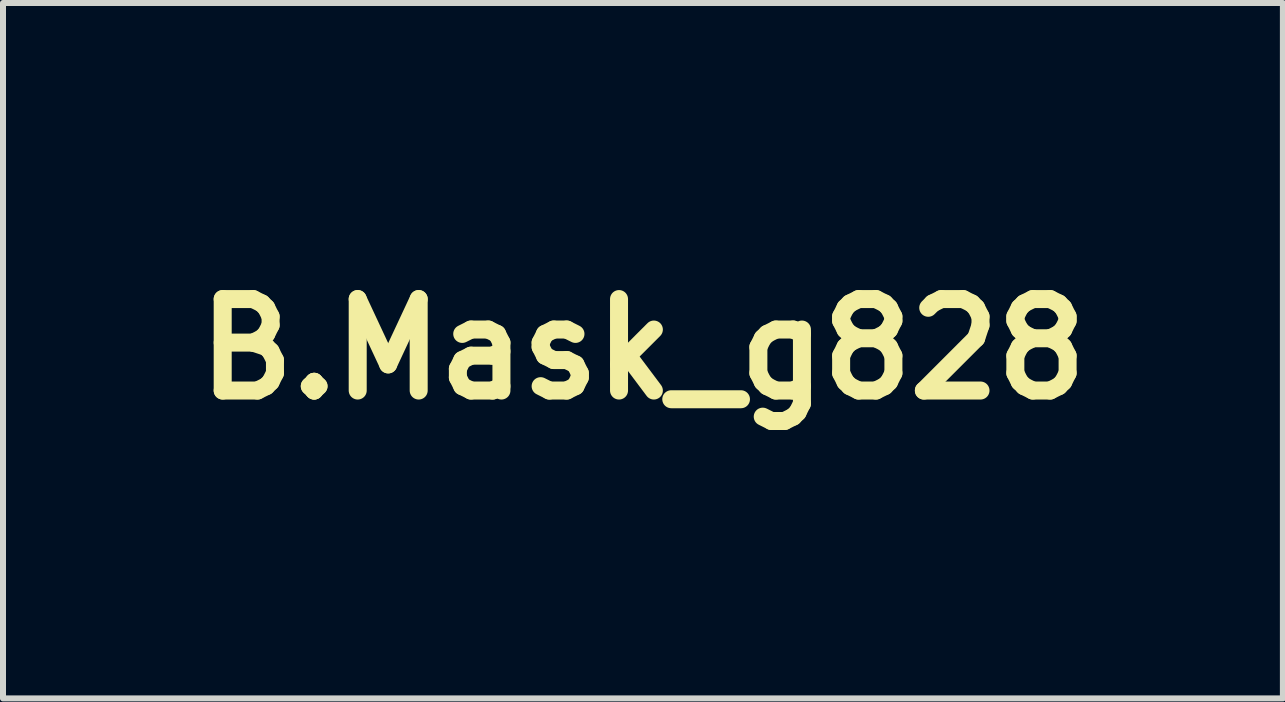
<source format=kicad_pcb>
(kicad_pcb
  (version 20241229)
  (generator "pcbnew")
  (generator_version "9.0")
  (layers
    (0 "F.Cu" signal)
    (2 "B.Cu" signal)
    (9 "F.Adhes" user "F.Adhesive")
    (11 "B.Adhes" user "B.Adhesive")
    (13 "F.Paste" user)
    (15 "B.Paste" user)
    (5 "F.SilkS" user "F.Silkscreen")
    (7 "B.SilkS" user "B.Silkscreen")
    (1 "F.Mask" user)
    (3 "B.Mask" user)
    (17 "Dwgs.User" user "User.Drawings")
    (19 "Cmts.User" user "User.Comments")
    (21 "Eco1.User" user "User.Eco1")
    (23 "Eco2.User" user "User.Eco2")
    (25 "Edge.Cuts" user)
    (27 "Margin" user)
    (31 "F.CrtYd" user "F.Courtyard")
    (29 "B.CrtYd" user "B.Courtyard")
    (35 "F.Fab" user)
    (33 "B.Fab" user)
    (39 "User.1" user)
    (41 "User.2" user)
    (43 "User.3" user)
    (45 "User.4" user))
  (footprint "B.Mask_g828"
    (layer "F.Cu")
    (at 7.664 2.768)
    (property "Reference" "B.Mask_g828" (at 0 0 0) (layer "F.SilkS") (effects (font (size 1.524 1.524) (thickness 0.3))))
    (attr through_hole)
    (fp_poly (pts (xy 2.006 -1.456) (xy 2.033 -1.439) (xy 2.042 -1.419) (xy 2.049 -1.352) (xy 2.022 -1.308) (xy 1.963 -1.291) (xy 1.956 -1.291) (xy 1.899 -1.3) (xy 1.871 -1.321) (xy 1.864 -1.366) (xy 1.866 -1.401) (xy 1.88 -1.435) (xy 1.915 -1.452) (xy 1.951 -1.456) (xy 2.006 -1.456)) (stroke (width 0.01) (type solid)) (fill yes) (layer "B.Mask"))
    (fp_poly (pts (xy 2.016 -1.189) (xy 2.037 -1.154) (xy 2.049 -1.09) (xy 2.053 -0.994) (xy 2.053 -0.941) (xy 2.052 -0.846) (xy 2.049 -0.765) (xy 2.044 -0.708) (xy 2.04 -0.69) (xy 2.012 -0.667) (xy 1.964 -0.657) (xy 1.912 -0.66) (xy 1.877 -0.676) (xy 1.872 -0.684) (xy 1.868 -0.715) (xy 1.866 -0.779) (xy 1.866 -0.866) (xy 1.867 -0.954) (xy 1.873 -1.196) (xy 1.933 -1.203) (xy 1.982 -1.204) (xy 2.016 -1.189)) (stroke (width 0.01) (type solid)) (fill yes) (layer "B.Mask"))
    (fp_poly (pts (xy 3.207 -1.344) (xy 3.205 -1.309) (xy 3.193 -1.29) (xy 3.162 -1.28) (xy 3.101 -1.276) (xy 3.074 -1.274) (xy 2.942 -1.268) (xy 2.942 -0.996) (xy 2.941 -0.89) (xy 2.939 -0.798) (xy 2.935 -0.729) (xy 2.93 -0.691) (xy 2.929 -0.69) (xy 2.902 -0.668) (xy 2.852 -0.656) (xy 2.8 -0.657) (xy 2.766 -0.67) (xy 2.761 -0.696) (xy 2.756 -0.755) (xy 2.753 -0.84) (xy 2.752 -0.944) (xy 2.752 -0.976) (xy 2.752 -1.268) (xy 2.619 -1.274) (xy 2.547 -1.279) (xy 2.508 -1.286) (xy 2.491 -1.302) (xy 2.487 -1.332) (xy 2.487 -1.344) (xy 2.487 -1.408) (xy 3.207 -1.408) (xy 3.207 -1.344)) (stroke (width 0.01) (type solid)) (fill yes) (layer "B.Mask"))
    (fp_poly (pts (xy 1.099 -1.21) (xy 1.122 -1.2) (xy 1.163 -1.169) (xy 1.181 -1.14) (xy 1.173 -1.109) (xy 1.147 -1.051) (xy 1.108 -0.976) (xy 1.077 -0.923) (xy 1.027 -0.837) (xy 0.996 -0.776) (xy 0.983 -0.726) (xy 0.988 -0.675) (xy 1.009 -0.611) (xy 1.041 -0.533) (xy 1.057 -0.484) (xy 1.053 -0.455) (xy 1.028 -0.432) (xy 0.984 -0.406) (xy 0.947 -0.403) (xy 0.913 -0.427) (xy 0.876 -0.481) (xy 0.83 -0.571) (xy 0.818 -0.598) (xy 0.742 -0.764) (xy 0.683 -0.895) (xy 0.641 -0.997) (xy 0.615 -1.072) (xy 0.603 -1.126) (xy 0.604 -1.161) (xy 0.619 -1.183) (xy 0.645 -1.196) (xy 0.683 -1.202) (xy 0.686 -1.203) (xy 0.718 -1.203) (xy 0.743 -1.187) (xy 0.768 -1.149) (xy 0.8 -1.081) (xy 0.831 -1.016) (xy 0.856 -0.97) (xy 0.871 -0.953) (xy 0.889 -0.969) (xy 0.919 -1.013) (xy 0.951 -1.066) (xy 0.999 -1.146) (xy 1.035 -1.193) (xy 1.066 -1.212) (xy 1.099 -1.21)) (stroke (width 0.01) (type solid)) (fill yes) (layer "B.Mask"))
    (fp_poly (pts (xy 1.726 -1.197) (xy 1.753 -1.181) (xy 1.763 -1.15) (xy 1.771 -1.088) (xy 1.776 -1.005) (xy 1.778 -0.914) (xy 1.777 -0.824) (xy 1.773 -0.748) (xy 1.765 -0.695) (xy 1.76 -0.681) (xy 1.725 -0.662) (xy 1.67 -0.66) (xy 1.598 -0.667) (xy 1.592 -0.814) (xy 1.584 -0.911) (xy 1.568 -0.972) (xy 1.541 -1.005) (xy 1.5 -1.016) (xy 1.491 -1.016) (xy 1.453 -1.01) (xy 1.428 -0.988) (xy 1.411 -0.942) (xy 1.401 -0.864) (xy 1.397 -0.815) (xy 1.391 -0.738) (xy 1.383 -0.693) (xy 1.368 -0.671) (xy 1.342 -0.663) (xy 1.322 -0.66) (xy 1.272 -0.66) (xy 1.243 -0.669) (xy 1.232 -0.702) (xy 1.227 -0.764) (xy 1.227 -0.844) (xy 1.232 -0.929) (xy 1.241 -1.006) (xy 1.253 -1.064) (xy 1.26 -1.08) (xy 1.315 -1.149) (xy 1.389 -1.191) (xy 1.471 -1.203) (xy 1.548 -1.18) (xy 1.548 -1.18) (xy 1.584 -1.164) (xy 1.601 -1.176) (xy 1.603 -1.18) (xy 1.629 -1.2) (xy 1.677 -1.206) (xy 1.726 -1.197)) (stroke (width 0.01) (type solid)) (fill yes) (layer "B.Mask"))
    (fp_poly (pts (xy 2.431 -1.357) (xy 2.451 -1.288) (xy 2.451 -1.286) (xy 2.465 -1.227) (xy 2.496 -1.201) (xy 2.499 -1.2) (xy 2.529 -1.173) (xy 2.542 -1.125) (xy 2.539 -1.073) (xy 2.518 -1.033) (xy 2.5 -1.023) (xy 2.476 -1.008) (xy 2.462 -0.974) (xy 2.453 -0.91) (xy 2.451 -0.884) (xy 2.442 -0.806) (xy 2.426 -0.756) (xy 2.397 -0.718) (xy 2.384 -0.706) (xy 2.33 -0.675) (xy 2.265 -0.658) (xy 2.203 -0.656) (xy 2.159 -0.671) (xy 2.146 -0.686) (xy 2.138 -0.749) (xy 2.16 -0.801) (xy 2.201 -0.825) (xy 2.236 -0.84) (xy 2.254 -0.872) (xy 2.261 -0.927) (xy 2.263 -0.983) (xy 2.254 -1.009) (xy 2.225 -1.016) (xy 2.202 -1.016) (xy 2.146 -1.027) (xy 2.114 -1.066) (xy 2.103 -1.13) (xy 2.128 -1.179) (xy 2.181 -1.205) (xy 2.202 -1.206) (xy 2.242 -1.21) (xy 2.26 -1.228) (xy 2.265 -1.274) (xy 2.265 -1.291) (xy 2.269 -1.347) (xy 2.286 -1.375) (xy 2.321 -1.389) (xy 2.388 -1.391) (xy 2.431 -1.357)) (stroke (width 0.01) (type solid)) (fill yes) (layer "B.Mask"))
    (fp_poly (pts (xy 3.5 -1.4) (xy 3.508 -1.392) (xy 3.524 -1.365) (xy 3.554 -1.306) (xy 3.596 -1.223) (xy 3.645 -1.123) (xy 3.684 -1.042) (xy 3.741 -0.921) (xy 3.781 -0.833) (xy 3.806 -0.772) (xy 3.817 -0.731) (xy 3.818 -0.705) (xy 3.81 -0.689) (xy 3.808 -0.688) (xy 3.764 -0.661) (xy 3.726 -0.652) (xy 3.689 -0.656) (xy 3.657 -0.683) (xy 3.624 -0.736) (xy 3.574 -0.826) (xy 3.305 -0.826) (xy 3.256 -0.736) (xy 3.211 -0.669) (xy 3.169 -0.642) (xy 3.122 -0.652) (xy 3.089 -0.674) (xy 3.039 -0.715) (xy 3.161 -0.974) (xy 3.364 -0.974) (xy 3.428 -0.974) (xy 3.476 -0.982) (xy 3.493 -1.001) (xy 3.481 -1.04) (xy 3.463 -1.069) (xy 3.443 -1.092) (xy 3.426 -1.087) (xy 3.403 -1.049) (xy 3.399 -1.041) (xy 3.364 -0.974) (xy 3.161 -0.974) (xy 3.183 -1.019) (xy 3.234 -1.127) (xy 3.281 -1.224) (xy 3.321 -1.303) (xy 3.348 -1.356) (xy 3.357 -1.371) (xy 3.399 -1.407) (xy 3.453 -1.418) (xy 3.5 -1.4)) (stroke (width 0.01) (type solid)) (fill yes) (layer "B.Mask"))
    (fp_poly (pts (xy -0.13 -1.354) (xy -0.117 -1.3) (xy -0.104 -1.221) (xy -0.093 -1.135) (xy -0.079 -0.981) (xy -0.144 -0.954) (xy -0.205 -0.939) (xy -0.251 -0.951) (xy -0.315 -0.972) (xy -0.362 -0.956) (xy -0.382 -0.93) (xy -0.394 -0.879) (xy -0.373 -0.845) (xy -0.327 -0.829) (xy -0.263 -0.837) (xy -0.212 -0.857) (xy -0.167 -0.877) (xy -0.137 -0.871) (xy -0.106 -0.842) (xy -0.073 -0.791) (xy -0.078 -0.746) (xy -0.122 -0.699) (xy -0.13 -0.693) (xy -0.212 -0.655) (xy -0.31 -0.642) (xy -0.405 -0.655) (xy -0.44 -0.669) (xy -0.515 -0.728) (xy -0.56 -0.805) (xy -0.575 -0.892) (xy -0.562 -0.98) (xy -0.523 -1.059) (xy -0.458 -1.12) (xy -0.37 -1.155) (xy -0.316 -1.173) (xy -0.297 -1.203) (xy -0.296 -1.209) (xy -0.302 -1.231) (xy -0.324 -1.243) (xy -0.374 -1.248) (xy -0.422 -1.249) (xy -0.494 -1.251) (xy -0.535 -1.259) (xy -0.555 -1.277) (xy -0.561 -1.291) (xy -0.566 -1.347) (xy -0.561 -1.376) (xy -0.551 -1.396) (xy -0.53 -1.408) (xy -0.491 -1.415) (xy -0.423 -1.418) (xy -0.35 -1.418) (xy -0.152 -1.418) (xy -0.13 -1.354)) (stroke (width 0.01) (type solid)) (fill yes) (layer "B.Mask"))
    (fp_poly (pts (xy 0.393 -1.401) (xy 0.466 -1.341) (xy 0.475 -1.329) (xy 0.501 -1.262) (xy 0.506 -1.18) (xy 0.489 -1.105) (xy 0.485 -1.098) (xy 0.474 -1.056) (xy 0.498 -1.015) (xy 0.498 -1.015) (xy 0.524 -0.961) (xy 0.532 -0.887) (xy 0.523 -0.81) (xy 0.504 -0.762) (xy 0.457 -0.714) (xy 0.386 -0.671) (xy 0.309 -0.642) (xy 0.26 -0.636) (xy 0.198 -0.645) (xy 0.133 -0.666) (xy 0.067 -0.713) (xy 0.013 -0.783) (xy -0.018 -0.859) (xy -0.02 -0.883) (xy 0.17 -0.883) (xy 0.189 -0.844) (xy 0.217 -0.827) (xy 0.279 -0.823) (xy 0.333 -0.849) (xy 0.349 -0.868) (xy 0.351 -0.905) (xy 0.327 -0.945) (xy 0.287 -0.971) (xy 0.268 -0.974) (xy 0.213 -0.96) (xy 0.179 -0.925) (xy 0.17 -0.883) (xy -0.02 -0.883) (xy -0.021 -0.889) (xy -0.01 -0.944) (xy 0.017 -1.004) (xy 0.019 -1.007) (xy 0.043 -1.054) (xy 0.043 -1.087) (xy 0.029 -1.111) (xy 0.002 -1.182) (xy 0.004 -1.203) (xy 0.195 -1.203) (xy 0.203 -1.166) (xy 0.238 -1.147) (xy 0.259 -1.147) (xy 0.302 -1.171) (xy 0.313 -1.199) (xy 0.305 -1.241) (xy 0.271 -1.258) (xy 0.225 -1.243) (xy 0.221 -1.24) (xy 0.195 -1.203) (xy 0.004 -1.203) (xy 0.009 -1.26) (xy 0.05 -1.336) (xy 0.118 -1.398) (xy 0.206 -1.433) (xy 0.302 -1.433) (xy 0.393 -1.401)) (stroke (width 0.01) (type solid)) (fill yes) (layer "B.Mask"))
    (fp_poly (pts (xy 3.451 -2.761) (xy 3.596 -2.752) (xy 3.72 -2.735) (xy 3.768 -2.725) (xy 3.986 -2.645) (xy 4.18 -2.534) (xy 4.346 -2.392) (xy 4.483 -2.223) (xy 4.586 -2.029) (xy 4.646 -1.853) (xy 4.665 -1.741) (xy 4.675 -1.601) (xy 4.676 -1.447) (xy 4.668 -1.295) (xy 4.65 -1.156) (xy 4.645 -1.126) (xy 4.592 -0.933) (xy 4.513 -0.723) (xy 4.414 -0.51) (xy 4.299 -0.306) (xy 4.175 -0.121) (xy 4.135 -0.069) (xy 3.923 0.171) (xy 3.678 0.407) (xy 3.408 0.63) (xy 3.123 0.835) (xy 2.83 1.014) (xy 2.683 1.092) (xy 2.564 1.15) (xy 2.477 1.188) (xy 2.423 1.204) (xy 2.403 1.2) (xy 2.418 1.175) (xy 2.447 1.148) (xy 2.487 1.115) (xy 2.554 1.063) (xy 2.639 0.999) (xy 2.735 0.929) (xy 2.775 0.9) (xy 2.902 0.802) (xy 3.042 0.683) (xy 3.19 0.55) (xy 3.337 0.411) (xy 3.476 0.271) (xy 3.6 0.14) (xy 3.701 0.022) (xy 3.743 -0.032) (xy 3.831 -0.162) (xy 3.919 -0.314) (xy 4.001 -0.473) (xy 4.068 -0.624) (xy 4.106 -0.73) (xy 4.143 -0.892) (xy 4.163 -1.066) (xy 4.163 -1.238) (xy 4.143 -1.39) (xy 4.141 -1.402) (xy 4.09 -1.568) (xy 4.017 -1.716) (xy 3.916 -1.857) (xy 3.802 -1.982) (xy 3.631 -2.131) (xy 3.457 -2.241) (xy 3.272 -2.313) (xy 3.072 -2.351) (xy 2.932 -2.358) (xy 2.705 -2.339) (xy 2.485 -2.28) (xy 2.271 -2.182) (xy 2.061 -2.043) (xy 1.855 -1.862) (xy 1.773 -1.779) (xy 1.703 -1.706) (xy 1.644 -1.646) (xy 1.601 -1.604) (xy 1.58 -1.588) (xy 1.579 -1.587) (xy 1.568 -1.595) (xy 1.573 -1.62) (xy 1.598 -1.667) (xy 1.643 -1.741) (xy 1.693 -1.816) (xy 1.875 -2.054) (xy 2.081 -2.264) (xy 2.309 -2.443) (xy 2.553 -2.588) (xy 2.809 -2.695) (xy 2.9 -2.723) (xy 3.007 -2.744) (xy 3.143 -2.757) (xy 3.295 -2.763) (xy 3.451 -2.761)) (stroke (width 0.01) (type solid)) (fill yes) (layer "B.Mask"))
    (fp_poly (pts (xy 0.067 -2.635) (xy 0.313 -2.571) (xy 0.393 -2.542) (xy 0.621 -2.433) (xy 0.84 -2.286) (xy 1.044 -2.107) (xy 1.228 -1.9) (xy 1.388 -1.671) (xy 1.473 -1.519) (xy 1.513 -1.44) (xy 1.535 -1.392) (xy 1.542 -1.366) (xy 1.536 -1.357) (xy 1.519 -1.356) (xy 1.493 -1.372) (xy 1.451 -1.412) (xy 1.408 -1.464) (xy 1.23 -1.667) (xy 1.04 -1.841) (xy 0.842 -1.987) (xy 0.638 -2.103) (xy 0.432 -2.188) (xy 0.227 -2.242) (xy 0.027 -2.263) (xy -0.165 -2.251) (xy -0.346 -2.205) (xy -0.513 -2.124) (xy -0.662 -2.007) (xy -0.672 -1.997) (xy -0.779 -1.868) (xy -0.864 -1.717) (xy -0.925 -1.555) (xy -0.958 -1.392) (xy -0.961 -1.238) (xy -0.953 -1.189) (xy -0.907 -1.039) (xy -0.824 -0.887) (xy -0.705 -0.732) (xy -0.547 -0.572) (xy -0.351 -0.408) (xy -0.115 -0.238) (xy 0.162 -0.062) (xy 0.263 -0.002) (xy 0.333 0.039) (xy 0.434 0.095) (xy 0.557 0.162) (xy 0.696 0.238) (xy 0.842 0.317) (xy 0.972 0.386) (xy 1.119 0.465) (xy 1.265 0.544) (xy 1.402 0.619) (xy 1.523 0.686) (xy 1.62 0.74) (xy 1.679 0.775) (xy 1.932 0.937) (xy 2.159 1.105) (xy 2.359 1.276) (xy 2.527 1.448) (xy 2.662 1.616) (xy 2.761 1.78) (xy 2.807 1.888) (xy 2.84 2.038) (xy 2.843 2.193) (xy 2.817 2.339) (xy 2.786 2.421) (xy 2.704 2.546) (xy 2.595 2.654) (xy 2.466 2.739) (xy 2.328 2.795) (xy 2.189 2.815) (xy 2.185 2.815) (xy 2.13 2.814) (xy 2.1 2.81) (xy 2.097 2.807) (xy 2.12 2.796) (xy 2.171 2.773) (xy 2.243 2.742) (xy 2.269 2.731) (xy 2.413 2.658) (xy 2.523 2.571) (xy 2.597 2.474) (xy 2.621 2.417) (xy 2.644 2.269) (xy 2.632 2.108) (xy 2.585 1.941) (xy 2.505 1.775) (xy 2.447 1.685) (xy 2.382 1.601) (xy 2.311 1.521) (xy 2.228 1.444) (xy 2.132 1.368) (xy 2.019 1.29) (xy 1.886 1.209) (xy 1.73 1.123) (xy 1.546 1.03) (xy 1.333 0.927) (xy 1.086 0.812) (xy 0.832 0.697) (xy 0.474 0.535) (xy 0.154 0.385) (xy -0.13 0.245) (xy -0.38 0.114) (xy -0.599 -0.01) (xy -0.789 -0.128) (xy -0.952 -0.242) (xy -1.09 -0.353) (xy -1.205 -0.463) (xy -1.299 -0.574) (xy -1.376 -0.687) (xy -1.436 -0.804) (xy -1.482 -0.926) (xy -1.493 -0.962) (xy -1.513 -1.064) (xy -1.525 -1.193) (xy -1.528 -1.337) (xy -1.524 -1.482) (xy -1.511 -1.613) (xy -1.493 -1.704) (xy -1.415 -1.924) (xy -1.306 -2.119) (xy -1.169 -2.286) (xy -1.007 -2.425) (xy -0.823 -2.533) (xy -0.621 -2.609) (xy -0.402 -2.653) (xy -0.172 -2.662) (xy 0.067 -2.635)) (stroke (width 0.01) (type solid)) (fill yes) (layer "B.Mask")))
  (gr_rect
    (start -3 -3)
    (end 18.327 8.588)
    (stroke (width 0.1) (type default))
    (fill no)
    (layer "Edge.Cuts")))
</source>
